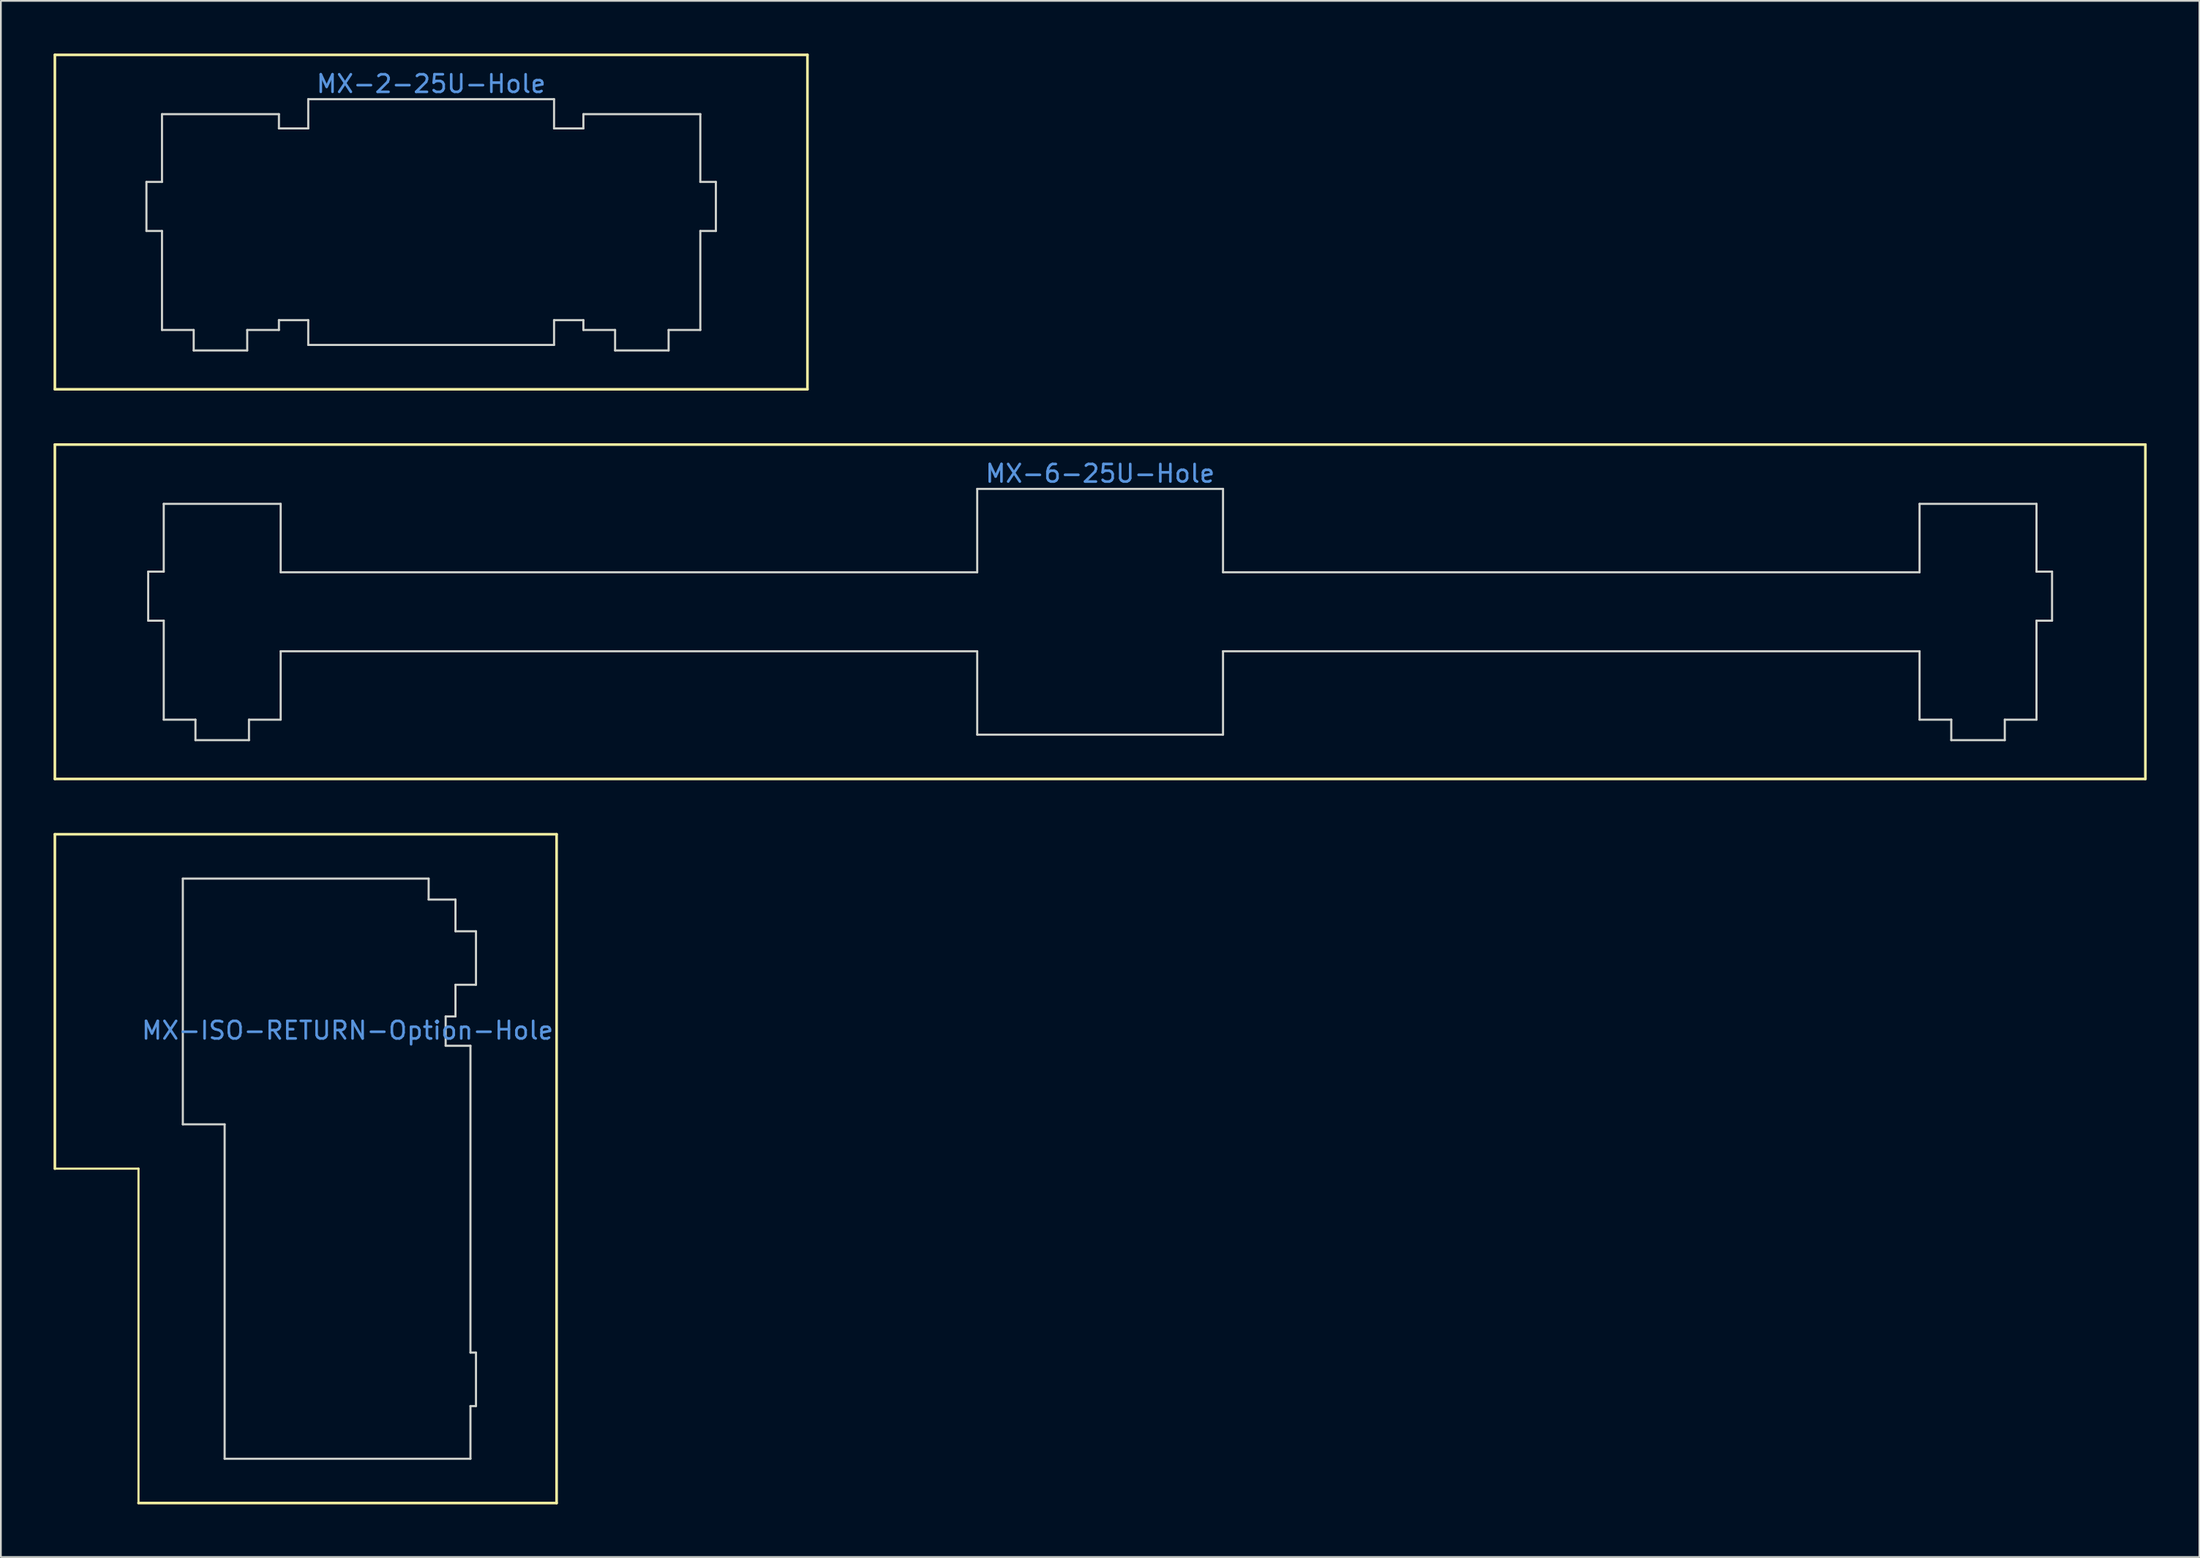
<source format=kicad_pcb>
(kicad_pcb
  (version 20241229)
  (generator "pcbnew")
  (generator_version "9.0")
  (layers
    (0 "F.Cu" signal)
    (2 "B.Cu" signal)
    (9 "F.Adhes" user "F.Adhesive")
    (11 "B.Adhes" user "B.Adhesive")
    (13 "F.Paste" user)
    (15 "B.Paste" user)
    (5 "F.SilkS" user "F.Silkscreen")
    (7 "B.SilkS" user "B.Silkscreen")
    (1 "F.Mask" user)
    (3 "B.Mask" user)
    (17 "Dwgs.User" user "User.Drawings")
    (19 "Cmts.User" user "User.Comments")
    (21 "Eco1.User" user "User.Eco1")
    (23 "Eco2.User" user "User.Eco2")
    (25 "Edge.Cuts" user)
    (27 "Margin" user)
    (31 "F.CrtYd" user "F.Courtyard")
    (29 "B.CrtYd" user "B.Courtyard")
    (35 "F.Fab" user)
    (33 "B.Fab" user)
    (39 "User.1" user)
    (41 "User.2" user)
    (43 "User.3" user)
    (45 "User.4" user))
  (footprint "MX-2-25U-Hole"
    (layer "F.Cu")
    (at 21.506 9.6)
    (property "Reference" "MX-2-25U-Hole" (at 0 -7.874 0) (layer "Cmts.User") (effects (font (size 1 1) (thickness 0.15))))
    (attr through_hole)
    (fp_line (start -21.431 -9.525) (end 21.431 -9.525) (stroke (width 0.15) (type solid)) (layer "F.SilkS"))
    (fp_line (start -21.431 9.525) (end -21.431 -9.525) (stroke (width 0.15) (type solid)) (layer "F.SilkS"))
    (fp_line (start 21.431 -9.525) (end 21.431 9.525) (stroke (width 0.15) (type solid)) (layer "F.SilkS"))
    (fp_line (start 21.431 9.525) (end -21.431 9.525) (stroke (width 0.15) (type solid)) (layer "F.SilkS"))
    (fp_line (start -16.216 -2.286) (end -16.216 0.508) (stroke (width 0.12) (type solid)) (layer "Edge.Cuts"))
    (fp_line (start -15.33 -6.147) (end -15.33 -2.286) (stroke (width 0.12) (type solid)) (layer "Edge.Cuts"))
    (fp_line (start -15.33 -2.286) (end -16.216 -2.286) (stroke (width 0.12) (type solid)) (layer "Edge.Cuts"))
    (fp_line (start -15.33 0.508) (end -16.216 0.508) (stroke (width 0.12) (type solid)) (layer "Edge.Cuts"))
    (fp_line (start -15.33 0.508) (end -15.33 6.147) (stroke (width 0.12) (type solid)) (layer "Edge.Cuts"))
    (fp_line (start -13.524 6.147) (end -15.33 6.147) (stroke (width 0.12) (type solid)) (layer "Edge.Cuts"))
    (fp_line (start -13.524 6.147) (end -13.524 7.315) (stroke (width 0.12) (type solid)) (layer "Edge.Cuts"))
    (fp_line (start -10.476 6.147) (end -10.476 7.315) (stroke (width 0.12) (type solid)) (layer "Edge.Cuts"))
    (fp_line (start -10.476 7.315) (end -13.524 7.315) (stroke (width 0.12) (type solid)) (layer "Edge.Cuts"))
    (fp_line (start -8.67 -6.147) (end -15.33 -6.147) (stroke (width 0.12) (type solid)) (layer "Edge.Cuts"))
    (fp_line (start -8.67 -6.147) (end -8.67 -5.334) (stroke (width 0.12) (type solid)) (layer "Edge.Cuts"))
    (fp_line (start -8.67 -5.334) (end -7 -5.334) (stroke (width 0.12) (type solid)) (layer "Edge.Cuts"))
    (fp_line (start -8.67 5.588) (end -7 5.588) (stroke (width 0.12) (type solid)) (layer "Edge.Cuts"))
    (fp_line (start -8.67 6.147) (end -10.476 6.147) (stroke (width 0.12) (type solid)) (layer "Edge.Cuts"))
    (fp_line (start -8.67 6.147) (end -8.67 5.588) (stroke (width 0.12) (type solid)) (layer "Edge.Cuts"))
    (fp_line (start -7 -7) (end -7 -5.334) (stroke (width 0.12) (type solid)) (layer "Edge.Cuts"))
    (fp_line (start -7 -7) (end 7 -7) (stroke (width 0.12) (type solid)) (layer "Edge.Cuts"))
    (fp_line (start -7 7) (end -7 5.588) (stroke (width 0.12) (type solid)) (layer "Edge.Cuts"))
    (fp_line (start -7 7) (end 7 7) (stroke (width 0.12) (type solid)) (layer "Edge.Cuts"))
    (fp_line (start 7 -7) (end 7 -5.334) (stroke (width 0.12) (type solid)) (layer "Edge.Cuts"))
    (fp_line (start 7 7) (end 7 5.588) (stroke (width 0.12) (type solid)) (layer "Edge.Cuts"))
    (fp_line (start 8.67 -6.147) (end 8.67 -5.334) (stroke (width 0.12) (type solid)) (layer "Edge.Cuts"))
    (fp_line (start 8.67 -6.147) (end 15.33 -6.147) (stroke (width 0.12) (type solid)) (layer "Edge.Cuts"))
    (fp_line (start 8.67 -5.334) (end 7 -5.334) (stroke (width 0.12) (type solid)) (layer "Edge.Cuts"))
    (fp_line (start 8.67 5.588) (end 7 5.588) (stroke (width 0.12) (type solid)) (layer "Edge.Cuts"))
    (fp_line (start 8.67 6.147) (end 8.67 5.588) (stroke (width 0.12) (type solid)) (layer "Edge.Cuts"))
    (fp_line (start 8.67 6.147) (end 10.476 6.147) (stroke (width 0.12) (type solid)) (layer "Edge.Cuts"))
    (fp_line (start 10.476 6.147) (end 10.476 7.315) (stroke (width 0.12) (type solid)) (layer "Edge.Cuts"))
    (fp_line (start 10.476 7.315) (end 13.524 7.315) (stroke (width 0.12) (type solid)) (layer "Edge.Cuts"))
    (fp_line (start 13.524 6.147) (end 13.524 7.315) (stroke (width 0.12) (type solid)) (layer "Edge.Cuts"))
    (fp_line (start 13.524 6.147) (end 15.33 6.147) (stroke (width 0.12) (type solid)) (layer "Edge.Cuts"))
    (fp_line (start 15.33 -6.147) (end 15.33 -2.286) (stroke (width 0.12) (type solid)) (layer "Edge.Cuts"))
    (fp_line (start 15.33 -2.286) (end 16.216 -2.286) (stroke (width 0.12) (type solid)) (layer "Edge.Cuts"))
    (fp_line (start 15.33 0.508) (end 15.33 6.147) (stroke (width 0.12) (type solid)) (layer "Edge.Cuts"))
    (fp_line (start 15.33 0.508) (end 16.216 0.508) (stroke (width 0.12) (type solid)) (layer "Edge.Cuts"))
    (fp_line (start 16.216 -2.286) (end 16.216 0.508) (stroke (width 0.12) (type solid)) (layer "Edge.Cuts")))
  (footprint "MX-6-25U-Hole"
    (layer "F.Cu")
    (at 59.606 31.8)
    (property "Reference" "MX-6-25U-Hole" (at 0 -7.874 0) (layer "Cmts.User") (effects (font (size 1 1) (thickness 0.15))))
    (attr through_hole)
    (fp_line (start -59.531 -9.525) (end 59.531 -9.525) (stroke (width 0.15) (type solid)) (layer "F.SilkS"))
    (fp_line (start -59.531 9.525) (end -59.531 -9.525) (stroke (width 0.15) (type solid)) (layer "F.SilkS"))
    (fp_line (start 59.531 -9.525) (end 59.531 9.525) (stroke (width 0.15) (type solid)) (layer "F.SilkS"))
    (fp_line (start 59.531 9.525) (end -59.531 9.525) (stroke (width 0.15) (type solid)) (layer "F.SilkS"))
    (fp_line (start -54.216 -2.286) (end -54.216 0.508) (stroke (width 0.12) (type solid)) (layer "Edge.Cuts"))
    (fp_line (start -53.33 -6.147) (end -53.33 -2.286) (stroke (width 0.12) (type solid)) (layer "Edge.Cuts"))
    (fp_line (start -53.33 -2.286) (end -54.216 -2.286) (stroke (width 0.12) (type solid)) (layer "Edge.Cuts"))
    (fp_line (start -53.33 0.508) (end -54.216 0.508) (stroke (width 0.12) (type solid)) (layer "Edge.Cuts"))
    (fp_line (start -53.33 0.508) (end -53.33 6.147) (stroke (width 0.12) (type solid)) (layer "Edge.Cuts"))
    (fp_line (start -51.524 6.147) (end -53.33 6.147) (stroke (width 0.12) (type solid)) (layer "Edge.Cuts"))
    (fp_line (start -51.524 6.147) (end -51.524 7.315) (stroke (width 0.12) (type solid)) (layer "Edge.Cuts"))
    (fp_line (start -48.476 6.147) (end -48.476 7.315) (stroke (width 0.12) (type solid)) (layer "Edge.Cuts"))
    (fp_line (start -48.476 7.315) (end -51.524 7.315) (stroke (width 0.12) (type solid)) (layer "Edge.Cuts"))
    (fp_line (start -46.67 -6.147) (end -53.33 -6.147) (stroke (width 0.12) (type solid)) (layer "Edge.Cuts"))
    (fp_line (start -46.67 -6.147) (end -46.67 -2.25) (stroke (width 0.12) (type solid)) (layer "Edge.Cuts"))
    (fp_line (start -46.67 -2.25) (end -7 -2.25) (stroke (width 0.12) (type solid)) (layer "Edge.Cuts"))
    (fp_line (start -46.67 2.25) (end -7 2.25) (stroke (width 0.12) (type solid)) (layer "Edge.Cuts"))
    (fp_line (start -46.67 6.147) (end -48.476 6.147) (stroke (width 0.12) (type solid)) (layer "Edge.Cuts"))
    (fp_line (start -46.67 6.147) (end -46.67 2.25) (stroke (width 0.12) (type solid)) (layer "Edge.Cuts"))
    (fp_line (start -7 -7) (end -7 -2.25) (stroke (width 0.12) (type solid)) (layer "Edge.Cuts"))
    (fp_line (start -7 -7) (end 7 -7) (stroke (width 0.12) (type solid)) (layer "Edge.Cuts"))
    (fp_line (start -7 7) (end -7 2.25) (stroke (width 0.12) (type solid)) (layer "Edge.Cuts"))
    (fp_line (start -7 7) (end 7 7) (stroke (width 0.12) (type solid)) (layer "Edge.Cuts"))
    (fp_line (start 7 -7) (end 7 -2.25) (stroke (width 0.12) (type solid)) (layer "Edge.Cuts"))
    (fp_line (start 7 7) (end 7 2.25) (stroke (width 0.12) (type solid)) (layer "Edge.Cuts"))
    (fp_line (start 46.67 -6.147) (end 46.67 -2.25) (stroke (width 0.12) (type solid)) (layer "Edge.Cuts"))
    (fp_line (start 46.67 -6.147) (end 53.33 -6.147) (stroke (width 0.12) (type solid)) (layer "Edge.Cuts"))
    (fp_line (start 46.67 -2.25) (end 7 -2.25) (stroke (width 0.12) (type solid)) (layer "Edge.Cuts"))
    (fp_line (start 46.67 2.25) (end 7 2.25) (stroke (width 0.12) (type solid)) (layer "Edge.Cuts"))
    (fp_line (start 46.67 6.147) (end 46.67 2.25) (stroke (width 0.12) (type solid)) (layer "Edge.Cuts"))
    (fp_line (start 46.67 6.147) (end 48.476 6.147) (stroke (width 0.12) (type solid)) (layer "Edge.Cuts"))
    (fp_line (start 48.476 6.147) (end 48.476 7.315) (stroke (width 0.12) (type solid)) (layer "Edge.Cuts"))
    (fp_line (start 48.476 7.315) (end 51.524 7.315) (stroke (width 0.12) (type solid)) (layer "Edge.Cuts"))
    (fp_line (start 51.524 6.147) (end 51.524 7.315) (stroke (width 0.12) (type solid)) (layer "Edge.Cuts"))
    (fp_line (start 51.524 6.147) (end 53.33 6.147) (stroke (width 0.12) (type solid)) (layer "Edge.Cuts"))
    (fp_line (start 53.33 -6.147) (end 53.33 -2.286) (stroke (width 0.12) (type solid)) (layer "Edge.Cuts"))
    (fp_line (start 53.33 -2.286) (end 54.216 -2.286) (stroke (width 0.12) (type solid)) (layer "Edge.Cuts"))
    (fp_line (start 53.33 0.508) (end 53.33 6.147) (stroke (width 0.12) (type solid)) (layer "Edge.Cuts"))
    (fp_line (start 53.33 0.508) (end 54.216 0.508) (stroke (width 0.12) (type solid)) (layer "Edge.Cuts"))
    (fp_line (start 54.216 -2.286) (end 54.216 0.508) (stroke (width 0.12) (type solid)) (layer "Edge.Cuts")))
  (footprint "MX-ISO-RETURN-Option-Hole"
    (layer "F.Cu")
    (at 16.744 63.525)
    (property "Reference" "MX-ISO-RETURN-Option-Hole" (at 0 -7.874 0) (layer "Cmts.User") (effects (font (size 1 1) (thickness 0.15))))
    (attr through_hole)
    (fp_line (start -16.669 -19.05) (end 11.906 -19.05) (stroke (width 0.15) (type solid)) (layer "F.SilkS"))
    (fp_line (start -16.669 0) (end -16.669 -19.05) (stroke (width 0.15) (type solid)) (layer "F.SilkS"))
    (fp_line (start -11.906 0) (end -16.669 0) (stroke (width 0.12) (type solid)) (layer "F.SilkS"))
    (fp_line (start -11.906 19.05) (end -11.906 0) (stroke (width 0.12) (type solid)) (layer "F.SilkS"))
    (fp_line (start 11.906 -19.05) (end 11.906 19.05) (stroke (width 0.15) (type solid)) (layer "F.SilkS"))
    (fp_line (start 11.906 19.05) (end -11.906 19.05) (stroke (width 0.15) (type solid)) (layer "F.SilkS"))
    (fp_line (start -9.381 -16.525) (end 4.619 -16.525) (stroke (width 0.12) (type solid)) (layer "Edge.Cuts"))
    (fp_line (start -9.381 -2.525) (end -9.381 -16.525) (stroke (width 0.12) (type solid)) (layer "Edge.Cuts"))
    (fp_line (start -7 -2.525) (end -9.381 -2.525) (stroke (width 0.12) (type solid)) (layer "Edge.Cuts"))
    (fp_line (start -7 16.525) (end -7 -2.525) (stroke (width 0.12) (type solid)) (layer "Edge.Cuts"))
    (fp_line (start 4.619 -16.525) (end 4.619 -15.33) (stroke (width 0.12) (type solid)) (layer "Edge.Cuts"))
    (fp_line (start 4.619 -15.33) (end 6.147 -15.33) (stroke (width 0.12) (type solid)) (layer "Edge.Cuts"))
    (fp_line (start 5.588 -8.67) (end 5.588 -7) (stroke (width 0.12) (type solid)) (layer "Edge.Cuts"))
    (fp_line (start 6.147 -13.524) (end 6.147 -15.33) (stroke (width 0.12) (type solid)) (layer "Edge.Cuts"))
    (fp_line (start 6.147 -13.524) (end 7.315 -13.524) (stroke (width 0.12) (type solid)) (layer "Edge.Cuts"))
    (fp_line (start 6.147 -10.476) (end 7.315 -10.476) (stroke (width 0.12) (type solid)) (layer "Edge.Cuts"))
    (fp_line (start 6.147 -8.67) (end 5.588 -8.67) (stroke (width 0.12) (type solid)) (layer "Edge.Cuts"))
    (fp_line (start 6.147 -8.67) (end 6.147 -10.476) (stroke (width 0.12) (type solid)) (layer "Edge.Cuts"))
    (fp_line (start 7 -7) (end 5.588 -7) (stroke (width 0.12) (type solid)) (layer "Edge.Cuts"))
    (fp_line (start 7 10.476) (end 7 -7) (stroke (width 0.12) (type solid)) (layer "Edge.Cuts"))
    (fp_line (start 7 10.476) (end 7.315 10.476) (stroke (width 0.12) (type solid)) (layer "Edge.Cuts"))
    (fp_line (start 7 13.524) (end 7 16.525) (stroke (width 0.12) (type solid)) (layer "Edge.Cuts"))
    (fp_line (start 7 13.524) (end 7.315 13.524) (stroke (width 0.12) (type solid)) (layer "Edge.Cuts"))
    (fp_line (start 7 16.525) (end -7 16.525) (stroke (width 0.12) (type solid)) (layer "Edge.Cuts"))
    (fp_line (start 7.315 -10.476) (end 7.315 -13.524) (stroke (width 0.12) (type solid)) (layer "Edge.Cuts"))
    (fp_line (start 7.315 10.476) (end 7.315 13.524) (stroke (width 0.12) (type solid)) (layer "Edge.Cuts")))
  (gr_rect
    (start -3 -3)
    (end 122.213 85.65)
    (stroke (width 0.1) (type default))
    (fill no)
    (layer "Edge.Cuts")))
</source>
